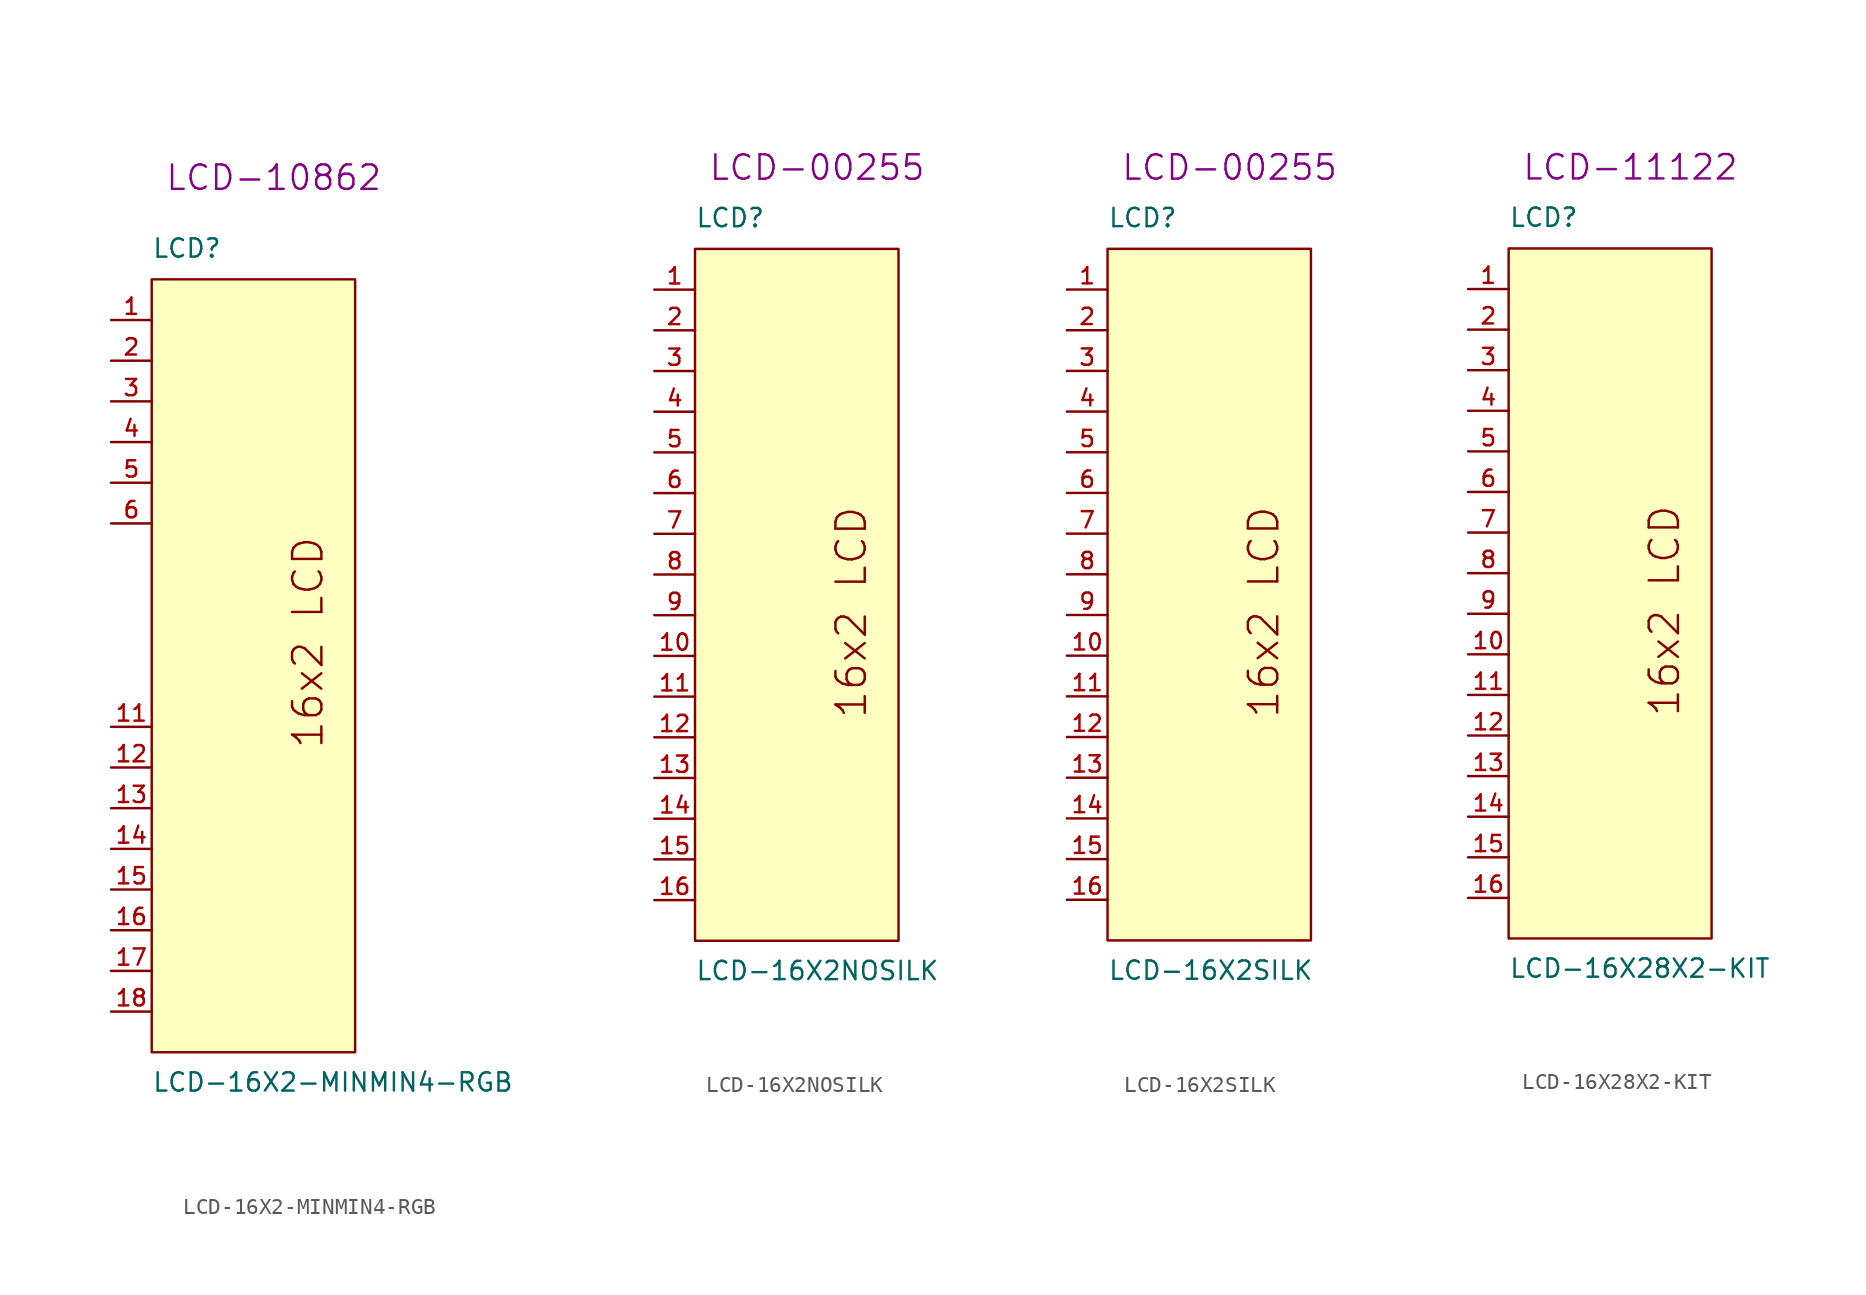
<source format=kicad_sym>
(kicad_symbol_lib
  (version 20211014)
  (generator kicad_symbol_editor)
  (symbol "LCD-16X2-MINMIN4-RGB"
    (pin_names
      (offset 1.016) hide)
    (property "Reference" "LCD"
      (at -7.62 24.13 0)
      (effects (font (size 1.143 1.143)) (justify left bottom)))
    (property "Value" "LCD-16X2-MINMIN4-RGB"
      (at -7.62 -27.94 0)
      (effects (font (size 1.143 1.143)) (justify left bottom)))
    (property "Field4" "LCD-10862"
      (at 0 29.21 0)
      (effects (font (size 1.524 1.524))))
    (property "ki_locked" ""
      (at 0 0 0)
      (effects (font (size 1.27 1.27))))
    (symbol "LCD-16X2-MINMIN4-RGB_1_0"
      (text "16x2 LCD" (at 2.134 0.178 900) (effects (font (size 1.829 1.829)))))
    (symbol "LCD-16X2-MINMIN4-RGB_1_1"
      (polyline (pts (xy -7.62 22.86) (xy -7.62 -25.4) (xy 5.08 -25.4) (xy 5.08 22.86) (xy -7.62 22.86)) (stroke (width 0) (type default) (color 0 0 0 0)) (fill (type background)))
      (pin power_in line (at -10.16 20.32 0) (length 2.54) (name "VSS" (effects (font (size 1.016 1.016)))) (number "1" (effects (font (size 1.016 1.016)))))
      (pin bidirectional line (at -10.16 -5.08 0) (length 2.54) (name "DB4" (effects (font (size 1.016 1.016)))) (number "11" (effects (font (size 1.016 1.016)))))
      (pin bidirectional line (at -10.16 -7.62 0) (length 2.54) (name "DB5" (effects (font (size 1.016 1.016)))) (number "12" (effects (font (size 1.016 1.016)))))
      (pin bidirectional line (at -10.16 -10.16 0) (length 2.54) (name "DB6" (effects (font (size 1.016 1.016)))) (number "13" (effects (font (size 1.016 1.016)))))
      (pin bidirectional line (at -10.16 -12.7 0) (length 2.54) (name "DB7" (effects (font (size 1.016 1.016)))) (number "14" (effects (font (size 1.016 1.016)))))
      (pin power_in line (at -10.16 -15.24 0) (length 2.54) (name "A/K" (effects (font (size 1.016 1.016)))) (number "15" (effects (font (size 1.016 1.016)))))
      (pin power_in line (at -10.16 -17.78 0) (length 2.54) (name "K/RED" (effects (font (size 1.016 1.016)))) (number "16" (effects (font (size 1.016 1.016)))))
      (pin power_in line (at -10.16 -20.32 0) (length 2.54) (name "GRN" (effects (font (size 1.016 1.016)))) (number "17" (effects (font (size 1.016 1.016)))))
      (pin power_in line (at -10.16 -22.86 0) (length 2.54) (name "BLU" (effects (font (size 1.016 1.016)))) (number "18" (effects (font (size 1.016 1.016)))))
      (pin power_in line (at -10.16 17.78 0) (length 2.54) (name "VDD" (effects (font (size 1.016 1.016)))) (number "2" (effects (font (size 1.016 1.016)))))
      (pin bidirectional line (at -10.16 15.24 0) (length 2.54) (name "VO" (effects (font (size 1.016 1.016)))) (number "3" (effects (font (size 1.016 1.016)))))
      (pin input line (at -10.16 12.7 0) (length 2.54) (name "RS" (effects (font (size 1.016 1.016)))) (number "4" (effects (font (size 1.016 1.016)))))
      (pin input line (at -10.16 10.16 0) (length 2.54) (name "R/W" (effects (font (size 1.016 1.016)))) (number "5" (effects (font (size 1.016 1.016)))))
      (pin input line (at -10.16 7.62 0) (length 2.54) (name "E" (effects (font (size 1.016 1.016)))) (number "6" (effects (font (size 1.016 1.016)))))))
  (symbol "LCD-16X2NOSILK"
    (pin_names
      (offset 1.016) hide)
    (property "Reference" "LCD"
      (at -7.62 24.13 0)
      (effects (font (size 1.143 1.143)) (justify left bottom)))
    (property "Value" "LCD-16X2NOSILK"
      (at -7.62 -22.86 0)
      (effects (font (size 1.143 1.143)) (justify left bottom)))
    (property "Field4" "LCD-00255"
      (at 0 27.94 0)
      (effects (font (size 1.524 1.524))))
    (property "ki_locked" ""
      (at 0 0 0)
      (effects (font (size 1.27 1.27))))
    (symbol "LCD-16X2NOSILK_1_0"
      (text "16x2 LCD" (at 2.134 0.178 900) (effects (font (size 1.829 1.829)))))
    (symbol "LCD-16X2NOSILK_1_1"
      (polyline (pts (xy -7.62 22.86) (xy -7.62 -20.32) (xy 5.08 -20.32) (xy 5.08 22.86) (xy -7.62 22.86)) (stroke (width 0) (type default) (color 0 0 0 0)) (fill (type background)))
      (pin power_in line (at -10.16 20.32 0) (length 2.54) (name "VSS" (effects (font (size 1.016 1.016)))) (number "1" (effects (font (size 1.016 1.016)))))
      (pin bidirectional line (at -10.16 -2.54 0) (length 2.54) (name "DB3" (effects (font (size 1.016 1.016)))) (number "10" (effects (font (size 1.016 1.016)))))
      (pin bidirectional line (at -10.16 -5.08 0) (length 2.54) (name "DB4" (effects (font (size 1.016 1.016)))) (number "11" (effects (font (size 1.016 1.016)))))
      (pin bidirectional line (at -10.16 -7.62 0) (length 2.54) (name "DB5" (effects (font (size 1.016 1.016)))) (number "12" (effects (font (size 1.016 1.016)))))
      (pin bidirectional line (at -10.16 -10.16 0) (length 2.54) (name "DB6" (effects (font (size 1.016 1.016)))) (number "13" (effects (font (size 1.016 1.016)))))
      (pin bidirectional line (at -10.16 -12.7 0) (length 2.54) (name "DB7" (effects (font (size 1.016 1.016)))) (number "14" (effects (font (size 1.016 1.016)))))
      (pin power_in line (at -10.16 -15.24 0) (length 2.54) (name "A" (effects (font (size 1.016 1.016)))) (number "15" (effects (font (size 1.016 1.016)))))
      (pin power_in line (at -10.16 -17.78 0) (length 2.54) (name "K" (effects (font (size 1.016 1.016)))) (number "16" (effects (font (size 1.016 1.016)))))
      (pin power_in line (at -10.16 17.78 0) (length 2.54) (name "VDD" (effects (font (size 1.016 1.016)))) (number "2" (effects (font (size 1.016 1.016)))))
      (pin bidirectional line (at -10.16 15.24 0) (length 2.54) (name "VO" (effects (font (size 1.016 1.016)))) (number "3" (effects (font (size 1.016 1.016)))))
      (pin input line (at -10.16 12.7 0) (length 2.54) (name "RS" (effects (font (size 1.016 1.016)))) (number "4" (effects (font (size 1.016 1.016)))))
      (pin input line (at -10.16 10.16 0) (length 2.54) (name "R/W" (effects (font (size 1.016 1.016)))) (number "5" (effects (font (size 1.016 1.016)))))
      (pin input line (at -10.16 7.62 0) (length 2.54) (name "E" (effects (font (size 1.016 1.016)))) (number "6" (effects (font (size 1.016 1.016)))))
      (pin bidirectional line (at -10.16 5.08 0) (length 2.54) (name "DB0" (effects (font (size 1.016 1.016)))) (number "7" (effects (font (size 1.016 1.016)))))
      (pin bidirectional line (at -10.16 2.54 0) (length 2.54) (name "DB1" (effects (font (size 1.016 1.016)))) (number "8" (effects (font (size 1.016 1.016)))))
      (pin bidirectional line (at -10.16 0 0) (length 2.54) (name "DB2" (effects (font (size 1.016 1.016)))) (number "9" (effects (font (size 1.016 1.016)))))))
  (symbol "LCD-16X2SILK"
    (pin_names
      (offset 1.016) hide)
    (property "Reference" "LCD"
      (at -7.62 24.13 0)
      (effects (font (size 1.143 1.143)) (justify left bottom)))
    (property "Value" "LCD-16X2SILK"
      (at -7.62 -22.86 0)
      (effects (font (size 1.143 1.143)) (justify left bottom)))
    (property "Field4" "LCD-00255"
      (at 0 27.94 0)
      (effects (font (size 1.524 1.524))))
    (property "ki_locked" ""
      (at 0 0 0)
      (effects (font (size 1.27 1.27))))
    (symbol "LCD-16X2SILK_1_0"
      (text "16x2 LCD" (at 2.134 0.178 900) (effects (font (size 1.829 1.829)))))
    (symbol "LCD-16X2SILK_1_1"
      (polyline (pts (xy -7.62 22.86) (xy -7.62 -20.32) (xy 5.08 -20.32) (xy 5.08 22.86) (xy -7.62 22.86)) (stroke (width 0) (type default) (color 0 0 0 0)) (fill (type background)))
      (pin power_in line (at -10.16 20.32 0) (length 2.54) (name "VSS" (effects (font (size 1.016 1.016)))) (number "1" (effects (font (size 1.016 1.016)))))
      (pin bidirectional line (at -10.16 -2.54 0) (length 2.54) (name "DB3" (effects (font (size 1.016 1.016)))) (number "10" (effects (font (size 1.016 1.016)))))
      (pin bidirectional line (at -10.16 -5.08 0) (length 2.54) (name "DB4" (effects (font (size 1.016 1.016)))) (number "11" (effects (font (size 1.016 1.016)))))
      (pin bidirectional line (at -10.16 -7.62 0) (length 2.54) (name "DB5" (effects (font (size 1.016 1.016)))) (number "12" (effects (font (size 1.016 1.016)))))
      (pin bidirectional line (at -10.16 -10.16 0) (length 2.54) (name "DB6" (effects (font (size 1.016 1.016)))) (number "13" (effects (font (size 1.016 1.016)))))
      (pin bidirectional line (at -10.16 -12.7 0) (length 2.54) (name "DB7" (effects (font (size 1.016 1.016)))) (number "14" (effects (font (size 1.016 1.016)))))
      (pin power_in line (at -10.16 -15.24 0) (length 2.54) (name "A" (effects (font (size 1.016 1.016)))) (number "15" (effects (font (size 1.016 1.016)))))
      (pin power_in line (at -10.16 -17.78 0) (length 2.54) (name "K" (effects (font (size 1.016 1.016)))) (number "16" (effects (font (size 1.016 1.016)))))
      (pin power_in line (at -10.16 17.78 0) (length 2.54) (name "VDD" (effects (font (size 1.016 1.016)))) (number "2" (effects (font (size 1.016 1.016)))))
      (pin bidirectional line (at -10.16 15.24 0) (length 2.54) (name "VO" (effects (font (size 1.016 1.016)))) (number "3" (effects (font (size 1.016 1.016)))))
      (pin input line (at -10.16 12.7 0) (length 2.54) (name "RS" (effects (font (size 1.016 1.016)))) (number "4" (effects (font (size 1.016 1.016)))))
      (pin input line (at -10.16 10.16 0) (length 2.54) (name "R/W" (effects (font (size 1.016 1.016)))) (number "5" (effects (font (size 1.016 1.016)))))
      (pin input line (at -10.16 7.62 0) (length 2.54) (name "E" (effects (font (size 1.016 1.016)))) (number "6" (effects (font (size 1.016 1.016)))))
      (pin bidirectional line (at -10.16 5.08 0) (length 2.54) (name "DB0" (effects (font (size 1.016 1.016)))) (number "7" (effects (font (size 1.016 1.016)))))
      (pin bidirectional line (at -10.16 2.54 0) (length 2.54) (name "DB1" (effects (font (size 1.016 1.016)))) (number "8" (effects (font (size 1.016 1.016)))))
      (pin bidirectional line (at -10.16 0 0) (length 2.54) (name "DB2" (effects (font (size 1.016 1.016)))) (number "9" (effects (font (size 1.016 1.016)))))))
  (symbol "LCD-16X28X2-KIT"
    (pin_names
      (offset 1.016) hide)
    (property "Reference" "LCD"
      (at -7.62 24.13 0)
      (effects (font (size 1.143 1.143)) (justify left bottom)))
    (property "Value" "LCD-16X28X2-KIT"
      (at -7.62 -22.86 0)
      (effects (font (size 1.143 1.143)) (justify left bottom)))
    (property "Field4" "LCD-11122"
      (at 0 27.94 0)
      (effects (font (size 1.524 1.524))))
    (property "ki_locked" ""
      (at 0 0 0)
      (effects (font (size 1.27 1.27))))
    (symbol "LCD-16X28X2-KIT_1_0"
      (text "16x2 LCD" (at 2.134 0.178 900) (effects (font (size 1.829 1.829)))))
    (symbol "LCD-16X28X2-KIT_1_1"
      (polyline (pts (xy -7.62 22.86) (xy -7.62 -20.32) (xy 5.08 -20.32) (xy 5.08 22.86) (xy -7.62 22.86)) (stroke (width 0) (type default) (color 0 0 0 0)) (fill (type background)))
      (pin power_in line (at -10.16 20.32 0) (length 2.54) (name "VSS" (effects (font (size 1.016 1.016)))) (number "1" (effects (font (size 1.016 1.016)))))
      (pin bidirectional line (at -10.16 -2.54 0) (length 2.54) (name "DB3" (effects (font (size 1.016 1.016)))) (number "10" (effects (font (size 1.016 1.016)))))
      (pin bidirectional line (at -10.16 -5.08 0) (length 2.54) (name "DB4" (effects (font (size 1.016 1.016)))) (number "11" (effects (font (size 1.016 1.016)))))
      (pin bidirectional line (at -10.16 -7.62 0) (length 2.54) (name "DB5" (effects (font (size 1.016 1.016)))) (number "12" (effects (font (size 1.016 1.016)))))
      (pin bidirectional line (at -10.16 -10.16 0) (length 2.54) (name "DB6" (effects (font (size 1.016 1.016)))) (number "13" (effects (font (size 1.016 1.016)))))
      (pin bidirectional line (at -10.16 -12.7 0) (length 2.54) (name "DB7" (effects (font (size 1.016 1.016)))) (number "14" (effects (font (size 1.016 1.016)))))
      (pin power_in line (at -10.16 -15.24 0) (length 2.54) (name "A" (effects (font (size 1.016 1.016)))) (number "15" (effects (font (size 1.016 1.016)))))
      (pin power_in line (at -10.16 -17.78 0) (length 2.54) (name "K" (effects (font (size 1.016 1.016)))) (number "16" (effects (font (size 1.016 1.016)))))
      (pin power_in line (at -10.16 17.78 0) (length 2.54) (name "VDD" (effects (font (size 1.016 1.016)))) (number "2" (effects (font (size 1.016 1.016)))))
      (pin bidirectional line (at -10.16 15.24 0) (length 2.54) (name "VO" (effects (font (size 1.016 1.016)))) (number "3" (effects (font (size 1.016 1.016)))))
      (pin input line (at -10.16 12.7 0) (length 2.54) (name "RS" (effects (font (size 1.016 1.016)))) (number "4" (effects (font (size 1.016 1.016)))))
      (pin input line (at -10.16 10.16 0) (length 2.54) (name "R/W" (effects (font (size 1.016 1.016)))) (number "5" (effects (font (size 1.016 1.016)))))
      (pin input line (at -10.16 7.62 0) (length 2.54) (name "E" (effects (font (size 1.016 1.016)))) (number "6" (effects (font (size 1.016 1.016)))))
      (pin bidirectional line (at -10.16 5.08 0) (length 2.54) (name "DB0" (effects (font (size 1.016 1.016)))) (number "7" (effects (font (size 1.016 1.016)))))
      (pin bidirectional line (at -10.16 2.54 0) (length 2.54) (name "DB1" (effects (font (size 1.016 1.016)))) (number "8" (effects (font (size 1.016 1.016)))))
      (pin bidirectional line (at -10.16 0 0) (length 2.54) (name "DB2" (effects (font (size 1.016 1.016)))) (number "9" (effects (font (size 1.016 1.016))))))))
</source>
